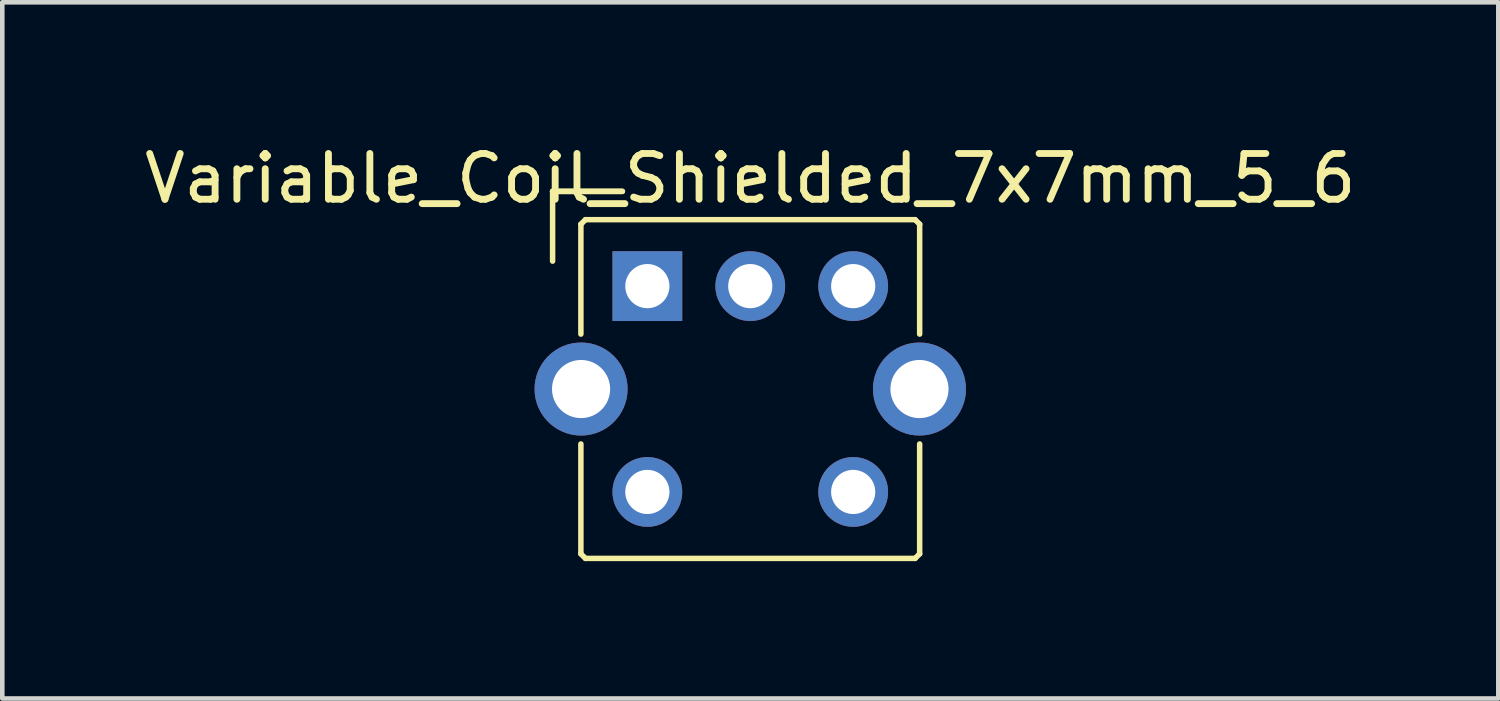
<source format=kicad_pcb>
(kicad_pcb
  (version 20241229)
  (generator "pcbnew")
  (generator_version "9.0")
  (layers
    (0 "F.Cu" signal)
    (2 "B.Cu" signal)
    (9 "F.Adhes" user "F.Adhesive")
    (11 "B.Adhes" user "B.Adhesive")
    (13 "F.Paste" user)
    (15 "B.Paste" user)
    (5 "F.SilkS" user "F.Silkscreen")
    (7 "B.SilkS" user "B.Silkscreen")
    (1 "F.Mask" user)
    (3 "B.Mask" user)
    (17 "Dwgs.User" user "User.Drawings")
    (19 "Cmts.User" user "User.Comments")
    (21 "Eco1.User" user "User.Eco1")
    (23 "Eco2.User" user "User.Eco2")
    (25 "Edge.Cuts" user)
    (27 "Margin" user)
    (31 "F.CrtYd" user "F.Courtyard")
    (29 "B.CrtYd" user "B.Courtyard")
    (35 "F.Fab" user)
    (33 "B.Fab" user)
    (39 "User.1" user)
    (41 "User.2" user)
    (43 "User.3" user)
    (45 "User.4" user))
  (footprint "Variable_Coil_Shielded_7x7mm_5_6"
    (layer "F.Cu")
    (at 13.339 5.448)
    (property "Reference" "Variable_Coil_Shielded_7x7mm_5_6" (at 0 -4.6 0) (layer "F.SilkS") (effects (font (size 1 1) (thickness 0.15))))
    (attr through_hole)
    (fp_line (start -4.318 -4.318) (end -4.318 -2.794) (stroke (width 0.12) (type solid)) (layer "F.SilkS"))
    (fp_line (start -4.318 -4.318) (end -2.794 -4.318) (stroke (width 0.12) (type solid)) (layer "F.SilkS"))
    (fp_line (start -3.7 -3.6) (end -3.7 -1.2) (stroke (width 0.12) (type solid)) (layer "F.SilkS"))
    (fp_line (start -3.7 3.6) (end -3.7 1.2) (stroke (width 0.12) (type solid)) (layer "F.SilkS"))
    (fp_line (start -3.7 3.6) (end -3.6 3.7) (stroke (width 0.12) (type solid)) (layer "F.SilkS"))
    (fp_line (start -3.6 -3.7) (end -3.7 -3.6) (stroke (width 0.12) (type solid)) (layer "F.SilkS"))
    (fp_line (start -3.6 3.7) (end 3.6 3.7) (stroke (width 0.12) (type solid)) (layer "F.SilkS"))
    (fp_line (start -2.794 -4.318) (end -4.318 -4.318) (stroke (width 0.12) (type solid)) (layer "F.SilkS"))
    (fp_line (start 3.6 -3.7) (end -3.6 -3.7) (stroke (width 0.12) (type solid)) (layer "F.SilkS"))
    (fp_line (start 3.6 3.7) (end 3.7 3.6) (stroke (width 0.12) (type solid)) (layer "F.SilkS"))
    (fp_line (start 3.7 -3.6) (end 3.6 -3.7) (stroke (width 0.12) (type solid)) (layer "F.SilkS"))
    (fp_line (start 3.7 -3.6) (end 3.7 -1.2) (stroke (width 0.12) (type solid)) (layer "F.SilkS"))
    (fp_line (start 3.7 3.6) (end 3.7 1.2) (stroke (width 0.12) (type solid)) (layer "F.SilkS"))
    (pad "" thru_hole circle (at -3.696 0) (size 2.032 2.032) (drill 1.27) (layers "*.Cu" "*.Mask"))
    (pad "" thru_hole circle (at 3.696 0) (size 2.032 2.032) (drill 1.27) (layers "*.Cu" "*.Mask"))
    (pad "1" thru_hole rect (at -2.248 -2.248) (size 1.524 1.524) (drill 0.965) (layers "*.Cu" "*.Mask"))
    (pad "2" thru_hole circle (at 0 -2.248) (size 1.524 1.524) (drill 0.965) (layers "*.Cu" "*.Mask"))
    (pad "3" thru_hole circle (at 2.248 -2.248) (size 1.524 1.524) (drill 0.965) (layers "*.Cu" "*.Mask"))
    (pad "4" thru_hole circle (at 2.248 2.248) (size 1.524 1.524) (drill 0.965) (layers "*.Cu" "*.Mask"))
    (pad "6" thru_hole circle (at -2.248 2.248) (size 1.524 1.524) (drill 0.965) (layers "*.Cu" "*.Mask")))
  (gr_rect
    (start -3 -3)
    (end 29.679 12.208)
    (stroke (width 0.1) (type default))
    (fill no)
    (layer "Edge.Cuts")))
</source>
